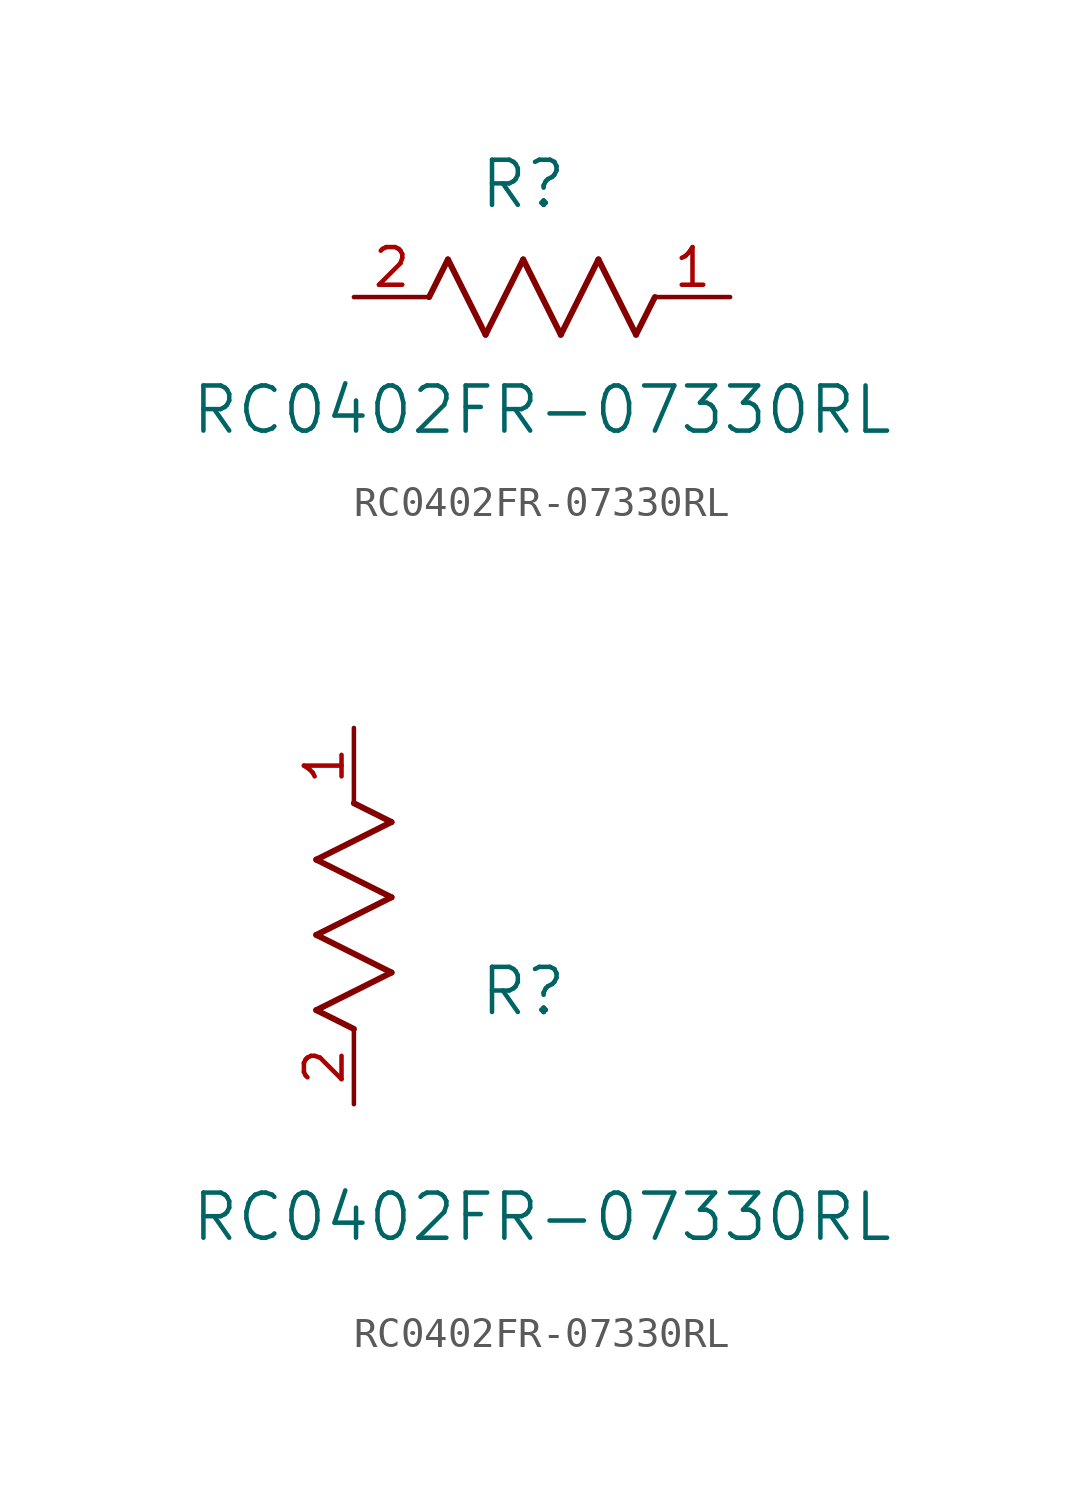
<source format=kicad_sym>
(kicad_symbol_lib
  (version 20211014)
  (generator kicad_symbol_editor)
  (symbol "RC0402FR-07330RL"
    (pin_names
      (offset 0.254))
    (property "Reference" "R"
      (at 5.715 3.81 0)
      (effects (font (size 1.524 1.524))))
    (property "Value" "RC0402FR-07330RL"
      (at 6.35 -3.81 0)
      (effects (font (size 1.524 1.524))))
    (symbol "RC0402FR-07330RL_1_1"
      (polyline (pts (xy 3.175 1.27) (xy 4.445 -1.27)) (stroke (width 0.203) (type default) (color 0 0 0 0)) (fill (type none)))
      (polyline (pts (xy 4.445 -1.27) (xy 5.715 1.27)) (stroke (width 0.203) (type default) (color 0 0 0 0)) (fill (type none)))
      (polyline (pts (xy 5.715 1.27) (xy 6.985 -1.27)) (stroke (width 0.203) (type default) (color 0 0 0 0)) (fill (type none)))
      (polyline (pts (xy 6.985 -1.27) (xy 8.255 1.27)) (stroke (width 0.203) (type default) (color 0 0 0 0)) (fill (type none)))
      (polyline (pts (xy 8.255 1.27) (xy 9.525 -1.27)) (stroke (width 0.203) (type default) (color 0 0 0 0)) (fill (type none)))
      (polyline (pts (xy 2.54 0) (xy 3.175 1.27)) (stroke (width 0.203) (type default) (color 0 0 0 0)) (fill (type none)))
      (polyline (pts (xy 9.525 -1.27) (xy 10.16 0)) (stroke (width 0.203) (type default) (color 0 0 0 0)) (fill (type none)))
      (pin unspecified line (at 12.7 0 180) (length 2.54) (name "" (effects (font (size 1.27 1.27)))) (number "1" (effects (font (size 1.27 1.27)))))
      (pin unspecified line (at 0 0 0) (length 2.54) (name "" (effects (font (size 1.27 1.27)))) (number "2" (effects (font (size 1.27 1.27))))))
    (symbol "RC0402FR-07330RL_1_2"
      (polyline (pts (xy 0 2.54) (xy -1.27 3.175)) (stroke (width 0.203) (type default) (color 0 0 0 0)) (fill (type none)))
      (polyline (pts (xy -1.27 3.175) (xy 1.27 4.445)) (stroke (width 0.203) (type default) (color 0 0 0 0)) (fill (type none)))
      (polyline (pts (xy 1.27 4.445) (xy -1.27 5.715)) (stroke (width 0.203) (type default) (color 0 0 0 0)) (fill (type none)))
      (polyline (pts (xy -1.27 5.715) (xy 1.27 6.985)) (stroke (width 0.203) (type default) (color 0 0 0 0)) (fill (type none)))
      (polyline (pts (xy -1.27 8.255) (xy 1.27 9.525)) (stroke (width 0.203) (type default) (color 0 0 0 0)) (fill (type none)))
      (polyline (pts (xy 1.27 9.525) (xy 0 10.16)) (stroke (width 0.203) (type default) (color 0 0 0 0)) (fill (type none)))
      (polyline (pts (xy 1.27 6.985) (xy -1.27 8.255)) (stroke (width 0.203) (type default) (color 0 0 0 0)) (fill (type none)))
      (pin unspecified line (at 0 12.7 270) (length 2.54) (name "" (effects (font (size 1.27 1.27)))) (number "1" (effects (font (size 1.27 1.27)))))
      (pin unspecified line (at 0 0 90) (length 2.54) (name "" (effects (font (size 1.27 1.27)))) (number "2" (effects (font (size 1.27 1.27))))))))
</source>
